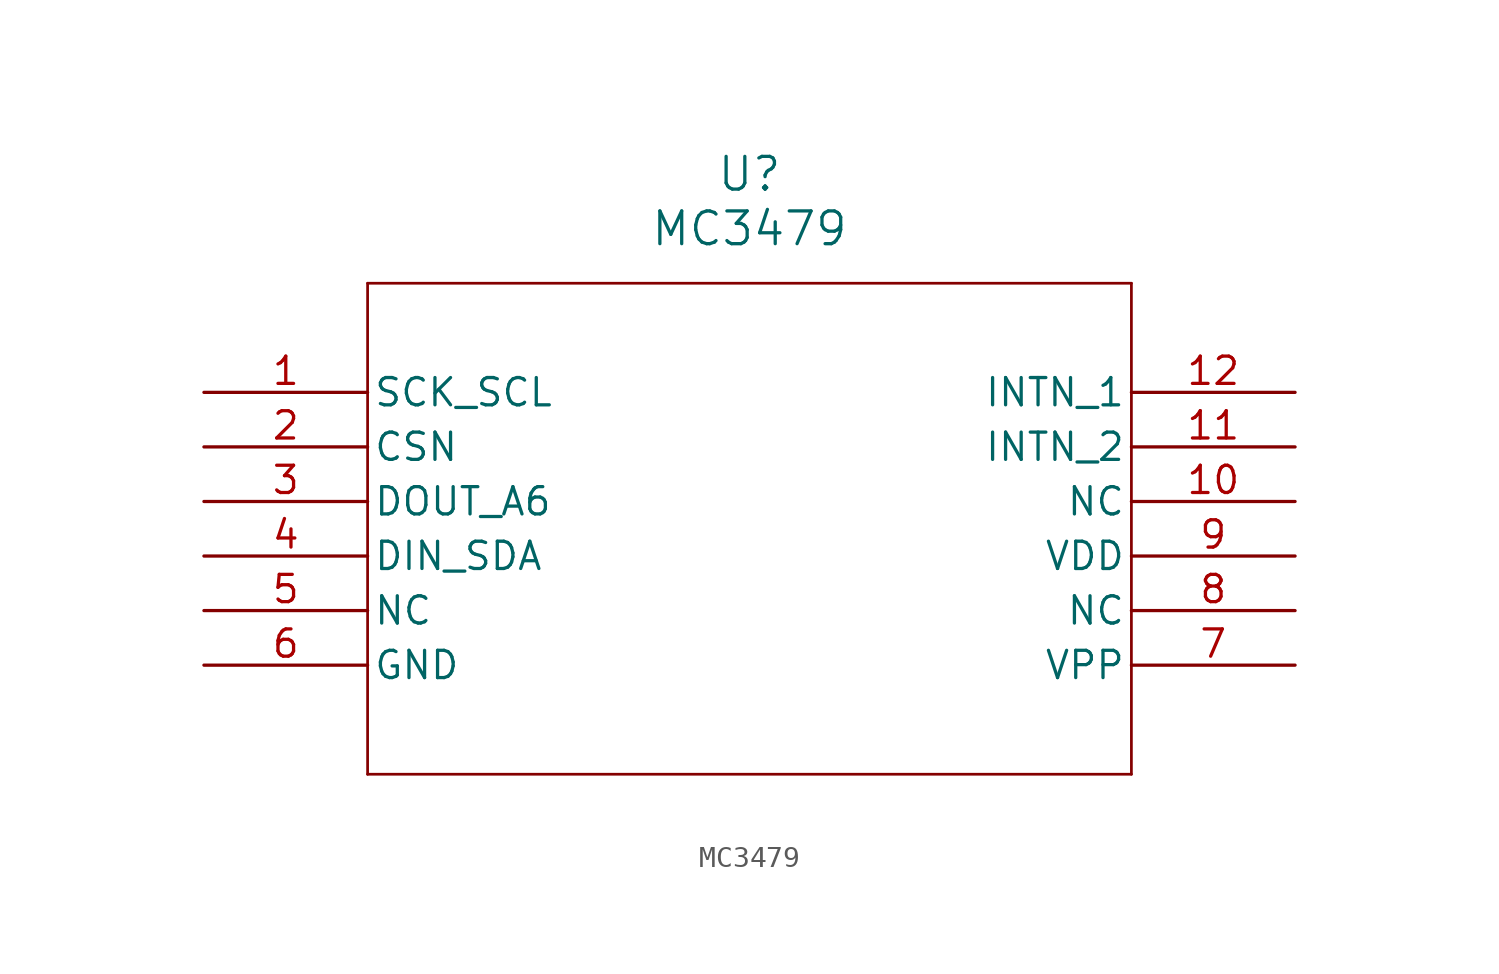
<source format=kicad_sym>
(kicad_symbol_lib
  (version 20241209)
  (generator "kicad_symbol_editor")
  (generator_version "9.0")
  (symbol "MC3479"
    (pin_names
      (offset 0.254))
    (property "Reference" "U"
      (at 25.4 10.16 0)
      (effects (font (size 1.524 1.524))))
    (property "Value" "MC3479"
      (at 25.4 7.62 0)
      (effects (font (size 1.524 1.524))))
    (property "ki_locked" ""
      (at 0 0 0)
      (effects (font (size 1.27 1.27))))
    (symbol "MC3479_0_1"
      (polyline (pts (xy 7.62 5.08) (xy 7.62 -17.78)) (stroke (width 0.127) (type default)) (fill (type none)))
      (polyline (pts (xy 7.62 -17.78) (xy 43.18 -17.78)) (stroke (width 0.127) (type default)) (fill (type none)))
      (polyline (pts (xy 43.18 5.08) (xy 7.62 5.08)) (stroke (width 0.127) (type default)) (fill (type none)))
      (polyline (pts (xy 43.18 -17.78) (xy 43.18 5.08)) (stroke (width 0.127) (type default)) (fill (type none)))
      (pin unspecified line (at 0 0 0) (length 7.62) (name "SCK_SCL" (effects (font (size 1.27 1.27)))) (number "1" (effects (font (size 1.27 1.27)))))
      (pin unspecified line (at 0 -2.54 0) (length 7.62) (name "CSN" (effects (font (size 1.27 1.27)))) (number "2" (effects (font (size 1.27 1.27)))))
      (pin unspecified line (at 0 -5.08 0) (length 7.62) (name "DOUT_A6" (effects (font (size 1.27 1.27)))) (number "3" (effects (font (size 1.27 1.27)))))
      (pin unspecified line (at 0 -7.62 0) (length 7.62) (name "DIN_SDA" (effects (font (size 1.27 1.27)))) (number "4" (effects (font (size 1.27 1.27)))))
      (pin unspecified line (at 0 -10.16 0) (length 7.62) (name "NC" (effects (font (size 1.27 1.27)))) (number "5" (effects (font (size 1.27 1.27)))))
      (pin unspecified line (at 0 -12.7 0) (length 7.62) (name "GND" (effects (font (size 1.27 1.27)))) (number "6" (effects (font (size 1.27 1.27)))))
      (pin unspecified line (at 50.8 0 180) (length 7.62) (name "INTN_1" (effects (font (size 1.27 1.27)))) (number "12" (effects (font (size 1.27 1.27)))))
      (pin unspecified line (at 50.8 -2.54 180) (length 7.62) (name "INTN_2" (effects (font (size 1.27 1.27)))) (number "11" (effects (font (size 1.27 1.27)))))
      (pin unspecified line (at 50.8 -5.08 180) (length 7.62) (name "NC" (effects (font (size 1.27 1.27)))) (number "10" (effects (font (size 1.27 1.27)))))
      (pin unspecified line (at 50.8 -7.62 180) (length 7.62) (name "VDD" (effects (font (size 1.27 1.27)))) (number "9" (effects (font (size 1.27 1.27)))))
      (pin unspecified line (at 50.8 -10.16 180) (length 7.62) (name "NC" (effects (font (size 1.27 1.27)))) (number "8" (effects (font (size 1.27 1.27)))))
      (pin unspecified line (at 50.8 -12.7 180) (length 7.62) (name "VPP" (effects (font (size 1.27 1.27)))) (number "7" (effects (font (size 1.27 1.27))))))))
</source>
